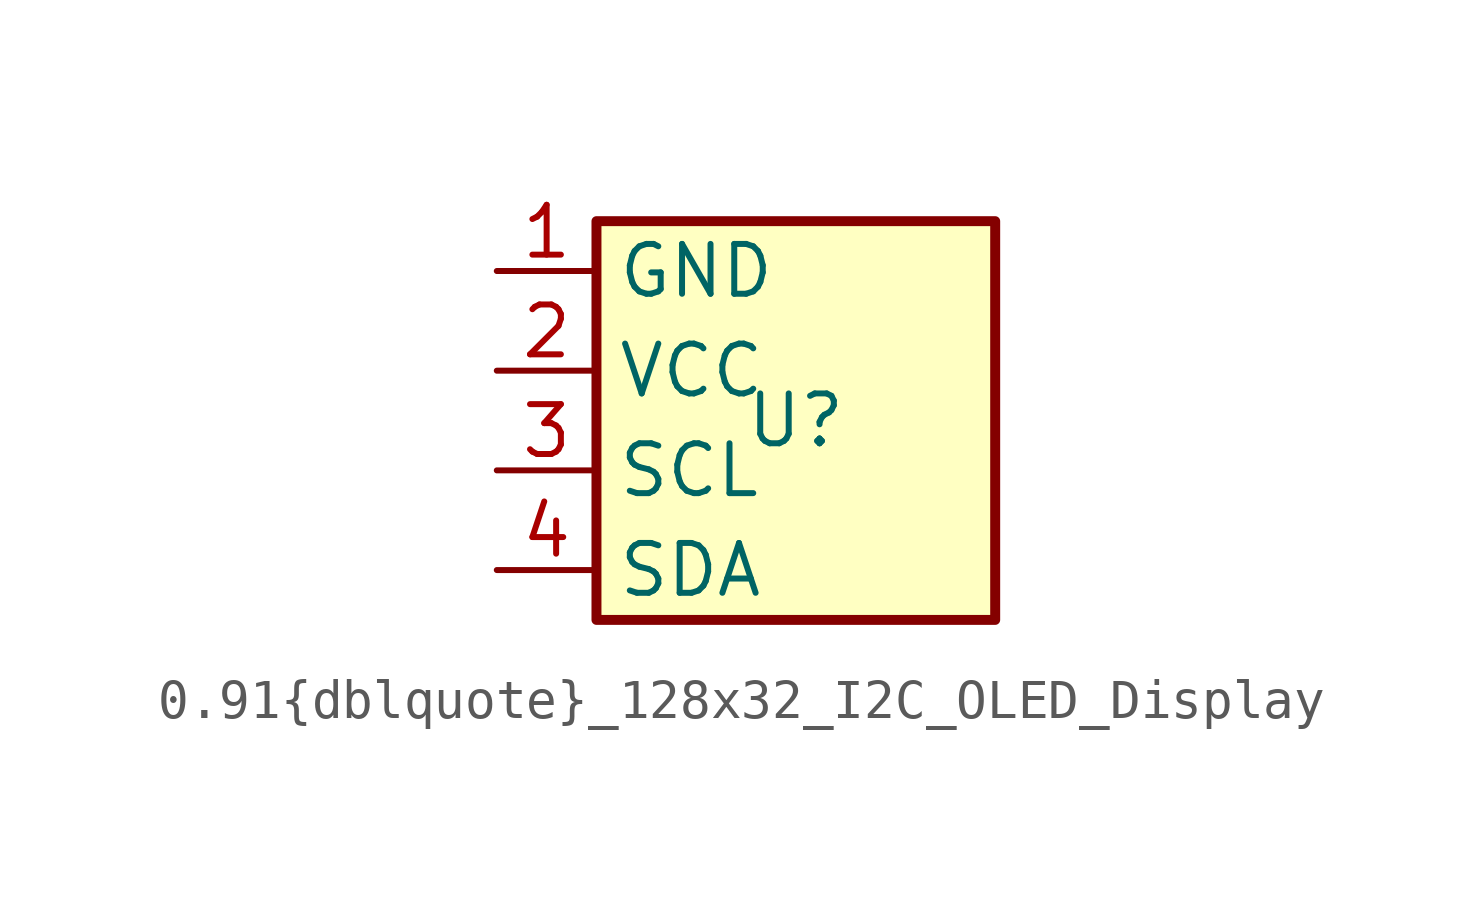
<source format=kicad_sym>
(kicad_symbol_lib
  (version 20241209)
  (generator "kicad_symbol_editor")
  (generator_version "9.0")
  (symbol "0.91{dblquote}_128x32_I2C_OLED_Display"
    (property "Reference" "U"
      (at 0 0 0)
      (effects (font (size 1.27 1.27))))
    (property "Value" ""
      (at 0 0 0)
      (effects (font (size 1.27 1.27))))
    (symbol "0.91{dblquote}_128x32_I2C_OLED_Display_0_1"
      (rectangle (start -5.08 5.08) (end 5.08 -5.08) (stroke (width 0.254) (type default)) (fill (type background))))
    (symbol "0.91{dblquote}_128x32_I2C_OLED_Display_1_1"
      (pin input line (at -7.62 3.81 0) (length 2.54) (name "GND" (effects (font (size 1.27 1.27)))) (number "1" (effects (font (size 1.27 1.27)))))
      (pin input line (at -7.62 1.27 0) (length 2.54) (name "VCC" (effects (font (size 1.27 1.27)))) (number "2" (effects (font (size 1.27 1.27)))))
      (pin input line (at -7.62 -1.27 0) (length 2.54) (name "SCL" (effects (font (size 1.27 1.27)))) (number "3" (effects (font (size 1.27 1.27)))))
      (pin input line (at -7.62 -3.81 0) (length 2.54) (name "SDA" (effects (font (size 1.27 1.27)))) (number "4" (effects (font (size 1.27 1.27))))))))
</source>
